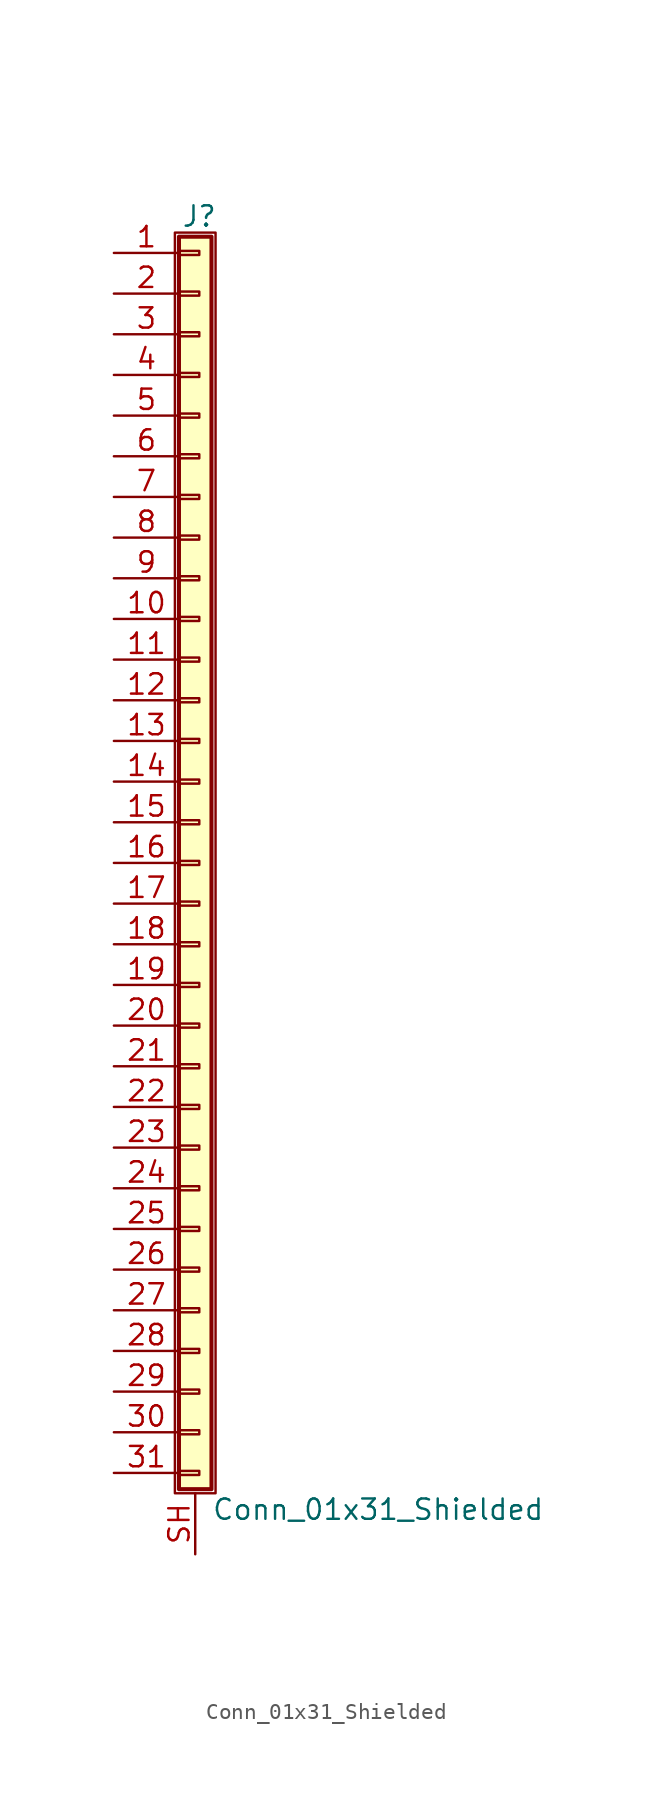
<source format=kicad_sym>
(kicad_symbol_lib
  (version 20201005)
  (generator kicad_symbol_editor)
  (symbol "Conn_01x31_Shielded"
    (pin_names
      (offset 1.016) hide)
    (property "Reference" "J"
      (at 0.254 40.386 0)
      (effects (font (size 1.27 1.27))))
    (property "Value" "Conn_01x31_Shielded"
      (at 1.016 -40.386 0)
      (effects (font (size 1.27 1.27)) (justify left)))
    (symbol "Conn_01x31_Shielded_1_1"
      (rectangle (start -1.27 39.37) (end 1.27 -39.37) (stroke (width 0.152)) (fill (type none)))
      (rectangle (start -1.016 -37.973) (end 0.254 -38.227) (stroke (width 0.152)) (fill (type none)))
      (rectangle (start -1.016 -35.433) (end 0.254 -35.687) (stroke (width 0.152)) (fill (type none)))
      (rectangle (start -1.016 -32.893) (end 0.254 -33.147) (stroke (width 0.152)) (fill (type none)))
      (rectangle (start -1.016 -30.353) (end 0.254 -30.607) (stroke (width 0.152)) (fill (type none)))
      (rectangle (start -1.016 -27.813) (end 0.254 -28.067) (stroke (width 0.152)) (fill (type none)))
      (rectangle (start -1.016 -25.273) (end 0.254 -25.527) (stroke (width 0.152)) (fill (type none)))
      (rectangle (start -1.016 -22.733) (end 0.254 -22.987) (stroke (width 0.152)) (fill (type none)))
      (rectangle (start -1.016 -20.193) (end 0.254 -20.447) (stroke (width 0.152)) (fill (type none)))
      (rectangle (start -1.016 -17.653) (end 0.254 -17.907) (stroke (width 0.152)) (fill (type none)))
      (rectangle (start -1.016 -15.113) (end 0.254 -15.367) (stroke (width 0.152)) (fill (type none)))
      (rectangle (start -1.016 -12.573) (end 0.254 -12.827) (stroke (width 0.152)) (fill (type none)))
      (rectangle (start -1.016 -10.033) (end 0.254 -10.287) (stroke (width 0.152)) (fill (type none)))
      (rectangle (start -1.016 -7.493) (end 0.254 -7.747) (stroke (width 0.152)) (fill (type none)))
      (rectangle (start -1.016 -4.953) (end 0.254 -5.207) (stroke (width 0.152)) (fill (type none)))
      (rectangle (start -1.016 -2.413) (end 0.254 -2.667) (stroke (width 0.152)) (fill (type none)))
      (rectangle (start -1.016 0.127) (end 0.254 -0.127) (stroke (width 0.152)) (fill (type none)))
      (rectangle (start -1.016 2.667) (end 0.254 2.413) (stroke (width 0.152)) (fill (type none)))
      (rectangle (start -1.016 5.207) (end 0.254 4.953) (stroke (width 0.152)) (fill (type none)))
      (rectangle (start -1.016 7.747) (end 0.254 7.493) (stroke (width 0.152)) (fill (type none)))
      (rectangle (start -1.016 10.287) (end 0.254 10.033) (stroke (width 0.152)) (fill (type none)))
      (rectangle (start -1.016 12.827) (end 0.254 12.573) (stroke (width 0.152)) (fill (type none)))
      (rectangle (start -1.016 15.367) (end 0.254 15.113) (stroke (width 0.152)) (fill (type none)))
      (rectangle (start -1.016 17.907) (end 0.254 17.653) (stroke (width 0.152)) (fill (type none)))
      (rectangle (start -1.016 20.447) (end 0.254 20.193) (stroke (width 0.152)) (fill (type none)))
      (rectangle (start -1.016 22.987) (end 0.254 22.733) (stroke (width 0.152)) (fill (type none)))
      (rectangle (start -1.016 25.527) (end 0.254 25.273) (stroke (width 0.152)) (fill (type none)))
      (rectangle (start -1.016 28.067) (end 0.254 27.813) (stroke (width 0.152)) (fill (type none)))
      (rectangle (start -1.016 30.607) (end 0.254 30.353) (stroke (width 0.152)) (fill (type none)))
      (rectangle (start -1.016 33.147) (end 0.254 32.893) (stroke (width 0.152)) (fill (type none)))
      (rectangle (start -1.016 35.687) (end 0.254 35.433) (stroke (width 0.152)) (fill (type none)))
      (rectangle (start -1.016 38.227) (end 0.254 37.973) (stroke (width 0.152)) (fill (type none)))
      (rectangle (start -1.016 39.116) (end 1.016 -39.116) (stroke (width 0.254)) (fill (type background)))
      (pin passive line (at -5.08 38.1 0) (length 4.064) (name "Pin_1" (effects (font (size 1.27 1.27)))) (number "1" (effects (font (size 1.27 1.27)))))
      (pin passive line (at -5.08 15.24 0) (length 4.064) (name "Pin_10" (effects (font (size 1.27 1.27)))) (number "10" (effects (font (size 1.27 1.27)))))
      (pin passive line (at -5.08 12.7 0) (length 4.064) (name "Pin_11" (effects (font (size 1.27 1.27)))) (number "11" (effects (font (size 1.27 1.27)))))
      (pin passive line (at -5.08 10.16 0) (length 4.064) (name "Pin_12" (effects (font (size 1.27 1.27)))) (number "12" (effects (font (size 1.27 1.27)))))
      (pin passive line (at -5.08 7.62 0) (length 4.064) (name "Pin_13" (effects (font (size 1.27 1.27)))) (number "13" (effects (font (size 1.27 1.27)))))
      (pin passive line (at -5.08 5.08 0) (length 4.064) (name "Pin_14" (effects (font (size 1.27 1.27)))) (number "14" (effects (font (size 1.27 1.27)))))
      (pin passive line (at -5.08 2.54 0) (length 4.064) (name "Pin_15" (effects (font (size 1.27 1.27)))) (number "15" (effects (font (size 1.27 1.27)))))
      (pin passive line (at -5.08 0 0) (length 4.064) (name "Pin_16" (effects (font (size 1.27 1.27)))) (number "16" (effects (font (size 1.27 1.27)))))
      (pin passive line (at -5.08 -2.54 0) (length 4.064) (name "Pin_17" (effects (font (size 1.27 1.27)))) (number "17" (effects (font (size 1.27 1.27)))))
      (pin passive line (at -5.08 -5.08 0) (length 4.064) (name "Pin_18" (effects (font (size 1.27 1.27)))) (number "18" (effects (font (size 1.27 1.27)))))
      (pin passive line (at -5.08 -7.62 0) (length 4.064) (name "Pin_19" (effects (font (size 1.27 1.27)))) (number "19" (effects (font (size 1.27 1.27)))))
      (pin passive line (at -5.08 35.56 0) (length 4.064) (name "Pin_2" (effects (font (size 1.27 1.27)))) (number "2" (effects (font (size 1.27 1.27)))))
      (pin passive line (at -5.08 -10.16 0) (length 4.064) (name "Pin_20" (effects (font (size 1.27 1.27)))) (number "20" (effects (font (size 1.27 1.27)))))
      (pin passive line (at -5.08 -12.7 0) (length 4.064) (name "Pin_21" (effects (font (size 1.27 1.27)))) (number "21" (effects (font (size 1.27 1.27)))))
      (pin passive line (at -5.08 -15.24 0) (length 4.064) (name "Pin_22" (effects (font (size 1.27 1.27)))) (number "22" (effects (font (size 1.27 1.27)))))
      (pin passive line (at -5.08 -17.78 0) (length 4.064) (name "Pin_23" (effects (font (size 1.27 1.27)))) (number "23" (effects (font (size 1.27 1.27)))))
      (pin passive line (at -5.08 -20.32 0) (length 4.064) (name "Pin_24" (effects (font (size 1.27 1.27)))) (number "24" (effects (font (size 1.27 1.27)))))
      (pin passive line (at -5.08 -22.86 0) (length 4.064) (name "Pin_25" (effects (font (size 1.27 1.27)))) (number "25" (effects (font (size 1.27 1.27)))))
      (pin passive line (at -5.08 -25.4 0) (length 4.064) (name "Pin_26" (effects (font (size 1.27 1.27)))) (number "26" (effects (font (size 1.27 1.27)))))
      (pin passive line (at -5.08 -27.94 0) (length 4.064) (name "Pin_27" (effects (font (size 1.27 1.27)))) (number "27" (effects (font (size 1.27 1.27)))))
      (pin passive line (at -5.08 -30.48 0) (length 4.064) (name "Pin_28" (effects (font (size 1.27 1.27)))) (number "28" (effects (font (size 1.27 1.27)))))
      (pin passive line (at -5.08 -33.02 0) (length 4.064) (name "Pin_29" (effects (font (size 1.27 1.27)))) (number "29" (effects (font (size 1.27 1.27)))))
      (pin passive line (at -5.08 33.02 0) (length 4.064) (name "Pin_3" (effects (font (size 1.27 1.27)))) (number "3" (effects (font (size 1.27 1.27)))))
      (pin passive line (at -5.08 -35.56 0) (length 4.064) (name "Pin_30" (effects (font (size 1.27 1.27)))) (number "30" (effects (font (size 1.27 1.27)))))
      (pin passive line (at -5.08 -38.1 0) (length 4.064) (name "Pin_31" (effects (font (size 1.27 1.27)))) (number "31" (effects (font (size 1.27 1.27)))))
      (pin passive line (at -5.08 30.48 0) (length 4.064) (name "Pin_4" (effects (font (size 1.27 1.27)))) (number "4" (effects (font (size 1.27 1.27)))))
      (pin passive line (at -5.08 27.94 0) (length 4.064) (name "Pin_5" (effects (font (size 1.27 1.27)))) (number "5" (effects (font (size 1.27 1.27)))))
      (pin passive line (at -5.08 25.4 0) (length 4.064) (name "Pin_6" (effects (font (size 1.27 1.27)))) (number "6" (effects (font (size 1.27 1.27)))))
      (pin passive line (at -5.08 22.86 0) (length 4.064) (name "Pin_7" (effects (font (size 1.27 1.27)))) (number "7" (effects (font (size 1.27 1.27)))))
      (pin passive line (at -5.08 20.32 0) (length 4.064) (name "Pin_8" (effects (font (size 1.27 1.27)))) (number "8" (effects (font (size 1.27 1.27)))))
      (pin passive line (at -5.08 17.78 0) (length 4.064) (name "Pin_9" (effects (font (size 1.27 1.27)))) (number "9" (effects (font (size 1.27 1.27)))))
      (pin passive line (at 0 -43.18 90) (length 3.81) (name "Shield" (effects (font (size 1.27 1.27)))) (number "SH" (effects (font (size 1.27 1.27))))))))
</source>
